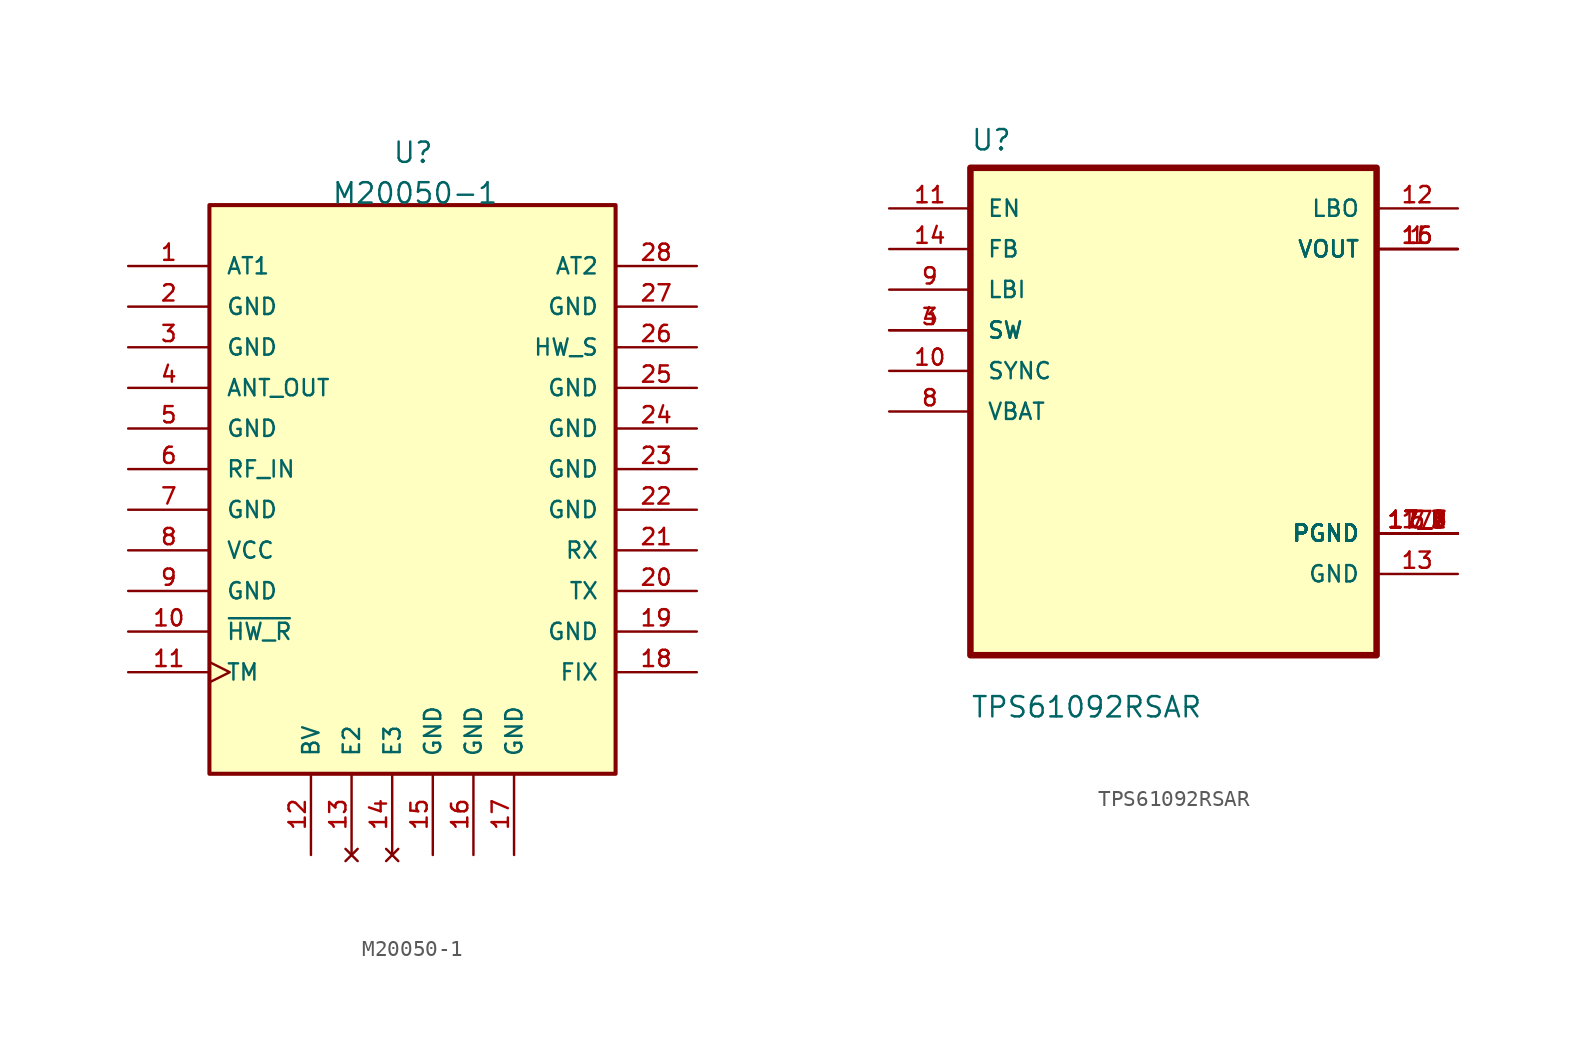
<source format=kicad_sym>
(kicad_symbol_lib
  (version 20211014)
  (generator kicad_symbol_editor)
  (symbol "M20050-1"
    (pin_names
      (offset 1.016))
    (property "Reference" "U"
      (at -1.27 21.59 0)
      (effects (font (size 1.27 1.27)) (justify left bottom)))
    (property "Value" "M20050-1"
      (at -5.08 19.05 0)
      (effects (font (size 1.27 1.27)) (justify left bottom)))
    (property "ki_locked" ""
      (at 0 0 0)
      (effects (font (size 1.27 1.27))))
    (symbol "M20050-1_0_0"
      (rectangle (start 12.7 19.05) (end -12.7 -16.51) (stroke (width 0.254) (type default) (color 0 0 0 0)) (fill (type background)))
      (pin passive line (at -17.78 15.24 0) (length 5.08) (name "AT1" (effects (font (size 1.016 1.016)))) (number "1" (effects (font (size 1.016 1.016)))))
      (pin input line (at -17.78 -7.62 0) (length 5.08) (name "~{HW_R}" (effects (font (size 1.016 1.016)))) (number "10" (effects (font (size 1.016 1.016)))))
      (pin output clock (at -17.78 -10.16 0) (length 5.08) (name "TM" (effects (font (size 1.016 1.016)))) (number "11" (effects (font (size 1.016 1.016)))))
      (pin power_in line (at -6.35 -21.59 90) (length 5.08) (name "BV" (effects (font (size 1.016 1.016)))) (number "12" (effects (font (size 1.016 1.016)))))
      (pin no_connect line (at -3.81 -21.59 90) (length 5.08) (name "E2" (effects (font (size 1.016 1.016)))) (number "13" (effects (font (size 1.016 1.016)))))
      (pin no_connect line (at -1.27 -21.59 90) (length 5.08) (name "E3" (effects (font (size 1.016 1.016)))) (number "14" (effects (font (size 1.016 1.016)))))
      (pin power_in line (at 1.27 -21.59 90) (length 5.08) (name "GND" (effects (font (size 1.016 1.016)))) (number "15" (effects (font (size 1.016 1.016)))))
      (pin power_in line (at 3.81 -21.59 90) (length 5.08) (name "GND" (effects (font (size 1.016 1.016)))) (number "16" (effects (font (size 1.016 1.016)))))
      (pin power_in line (at 6.35 -21.59 90) (length 5.08) (name "GND" (effects (font (size 1.016 1.016)))) (number "17" (effects (font (size 1.016 1.016)))))
      (pin output line (at 17.78 -10.16 180) (length 5.08) (name "FIX" (effects (font (size 1.016 1.016)))) (number "18" (effects (font (size 1.016 1.016)))))
      (pin power_in line (at 17.78 -7.62 180) (length 5.08) (name "GND" (effects (font (size 1.016 1.016)))) (number "19" (effects (font (size 1.016 1.016)))))
      (pin power_in line (at -17.78 12.7 0) (length 5.08) (name "GND" (effects (font (size 1.016 1.016)))) (number "2" (effects (font (size 1.016 1.016)))))
      (pin output line (at 17.78 -5.08 180) (length 5.08) (name "TX" (effects (font (size 1.016 1.016)))) (number "20" (effects (font (size 1.016 1.016)))))
      (pin input line (at 17.78 -2.54 180) (length 5.08) (name "RX" (effects (font (size 1.016 1.016)))) (number "21" (effects (font (size 1.016 1.016)))))
      (pin power_in line (at 17.78 0 180) (length 5.08) (name "GND" (effects (font (size 1.016 1.016)))) (number "22" (effects (font (size 1.016 1.016)))))
      (pin power_in line (at 17.78 2.54 180) (length 5.08) (name "GND" (effects (font (size 1.016 1.016)))) (number "23" (effects (font (size 1.016 1.016)))))
      (pin power_in line (at 17.78 5.08 180) (length 5.08) (name "GND" (effects (font (size 1.016 1.016)))) (number "24" (effects (font (size 1.016 1.016)))))
      (pin power_in line (at 17.78 7.62 180) (length 5.08) (name "GND" (effects (font (size 1.016 1.016)))) (number "25" (effects (font (size 1.016 1.016)))))
      (pin input line (at 17.78 10.16 180) (length 5.08) (name "HW_S" (effects (font (size 1.016 1.016)))) (number "26" (effects (font (size 1.016 1.016)))))
      (pin power_in line (at 17.78 12.7 180) (length 5.08) (name "GND" (effects (font (size 1.016 1.016)))) (number "27" (effects (font (size 1.016 1.016)))))
      (pin passive line (at 17.78 15.24 180) (length 5.08) (name "AT2" (effects (font (size 1.016 1.016)))) (number "28" (effects (font (size 1.016 1.016)))))
      (pin power_in line (at -17.78 10.16 0) (length 5.08) (name "GND" (effects (font (size 1.016 1.016)))) (number "3" (effects (font (size 1.016 1.016)))))
      (pin output line (at -17.78 7.62 0) (length 5.08) (name "ANT_OUT" (effects (font (size 1.016 1.016)))) (number "4" (effects (font (size 1.016 1.016)))))
      (pin power_in line (at -17.78 5.08 0) (length 5.08) (name "GND" (effects (font (size 1.016 1.016)))) (number "5" (effects (font (size 1.016 1.016)))))
      (pin input line (at -17.78 2.54 0) (length 5.08) (name "RF_IN" (effects (font (size 1.016 1.016)))) (number "6" (effects (font (size 1.016 1.016)))))
      (pin power_in line (at -17.78 0 0) (length 5.08) (name "GND" (effects (font (size 1.016 1.016)))) (number "7" (effects (font (size 1.016 1.016)))))
      (pin power_in line (at -17.78 -2.54 0) (length 5.08) (name "VCC" (effects (font (size 1.016 1.016)))) (number "8" (effects (font (size 1.016 1.016)))))
      (pin power_in line (at -17.78 -5.08 0) (length 5.08) (name "GND" (effects (font (size 1.016 1.016)))) (number "9" (effects (font (size 1.016 1.016)))))))
  (symbol "TPS61092RSAR"
    (pin_names
      (offset 1.016))
    (property "Reference" "U"
      (at -12.7 16.231 0)
      (effects (font (size 1.27 1.27)) (justify left bottom)))
    (property "Value" "TPS61092RSAR"
      (at -12.7 -19.228 0)
      (effects (font (size 1.27 1.27)) (justify left bottom)))
    (property "ki_locked" ""
      (at 0 0 0)
      (effects (font (size 1.27 1.27))))
    (symbol "TPS61092RSAR_0_0"
      (rectangle (start -12.7 -15.24) (end 12.7 15.24) (stroke (width 0.406) (type default) (color 0 0 0 0)) (fill (type background)))
      (pin output line (at 17.78 10.16 180) (length 5.08) (name "VOUT" (effects (font (size 1.016 1.016)))) (number "1" (effects (font (size 1.016 1.016)))))
      (pin input line (at -17.78 2.54 0) (length 5.08) (name "SYNC" (effects (font (size 1.016 1.016)))) (number "10" (effects (font (size 1.016 1.016)))))
      (pin input line (at -17.78 12.7 0) (length 5.08) (name "EN" (effects (font (size 1.016 1.016)))) (number "11" (effects (font (size 1.016 1.016)))))
      (pin output line (at 17.78 12.7 180) (length 5.08) (name "LBO" (effects (font (size 1.016 1.016)))) (number "12" (effects (font (size 1.016 1.016)))))
      (pin power_in line (at 17.78 -10.16 180) (length 5.08) (name "GND" (effects (font (size 1.016 1.016)))) (number "13" (effects (font (size 1.016 1.016)))))
      (pin input line (at -17.78 10.16 0) (length 5.08) (name "FB" (effects (font (size 1.016 1.016)))) (number "14" (effects (font (size 1.016 1.016)))))
      (pin output line (at 17.78 10.16 180) (length 5.08) (name "VOUT" (effects (font (size 1.016 1.016)))) (number "15" (effects (font (size 1.016 1.016)))))
      (pin output line (at 17.78 10.16 180) (length 5.08) (name "VOUT" (effects (font (size 1.016 1.016)))) (number "16" (effects (font (size 1.016 1.016)))))
      (pin power_in line (at 17.78 -7.62 180) (length 5.08) (name "PGND" (effects (font (size 1.016 1.016)))) (number "17" (effects (font (size 1.016 1.016)))))
      (pin power_in line (at 17.78 -7.62 180) (length 5.08) (name "PGND" (effects (font (size 1.016 1.016)))) (number "17_1" (effects (font (size 1.016 1.016)))))
      (pin power_in line (at 17.78 -7.62 180) (length 5.08) (name "PGND" (effects (font (size 1.016 1.016)))) (number "17_2" (effects (font (size 1.016 1.016)))))
      (pin power_in line (at 17.78 -7.62 180) (length 5.08) (name "PGND" (effects (font (size 1.016 1.016)))) (number "17_3" (effects (font (size 1.016 1.016)))))
      (pin power_in line (at 17.78 -7.62 180) (length 5.08) (name "PGND" (effects (font (size 1.016 1.016)))) (number "17_4" (effects (font (size 1.016 1.016)))))
      (pin power_in line (at 17.78 -7.62 180) (length 5.08) (name "PGND" (effects (font (size 1.016 1.016)))) (number "17_5" (effects (font (size 1.016 1.016)))))
      (pin power_in line (at 17.78 -7.62 180) (length 5.08) (name "PGND" (effects (font (size 1.016 1.016)))) (number "17_6" (effects (font (size 1.016 1.016)))))
      (pin power_in line (at 17.78 -7.62 180) (length 5.08) (name "PGND" (effects (font (size 1.016 1.016)))) (number "17_7" (effects (font (size 1.016 1.016)))))
      (pin power_in line (at 17.78 -7.62 180) (length 5.08) (name "PGND" (effects (font (size 1.016 1.016)))) (number "17_8" (effects (font (size 1.016 1.016)))))
      (pin power_in line (at 17.78 -7.62 180) (length 5.08) (name "PGND" (effects (font (size 1.016 1.016)))) (number "17_9" (effects (font (size 1.016 1.016)))))
      (pin input line (at -17.78 5.08 0) (length 5.08) (name "SW" (effects (font (size 1.016 1.016)))) (number "3" (effects (font (size 1.016 1.016)))))
      (pin input line (at -17.78 5.08 0) (length 5.08) (name "SW" (effects (font (size 1.016 1.016)))) (number "4" (effects (font (size 1.016 1.016)))))
      (pin power_in line (at 17.78 -7.62 180) (length 5.08) (name "PGND" (effects (font (size 1.016 1.016)))) (number "5" (effects (font (size 1.016 1.016)))))
      (pin power_in line (at 17.78 -7.62 180) (length 5.08) (name "PGND" (effects (font (size 1.016 1.016)))) (number "6" (effects (font (size 1.016 1.016)))))
      (pin power_in line (at 17.78 -7.62 180) (length 5.08) (name "PGND" (effects (font (size 1.016 1.016)))) (number "7" (effects (font (size 1.016 1.016)))))
      (pin input line (at -17.78 0 0) (length 5.08) (name "VBAT" (effects (font (size 1.016 1.016)))) (number "8" (effects (font (size 1.016 1.016)))))
      (pin input line (at -17.78 7.62 0) (length 5.08) (name "LBI" (effects (font (size 1.016 1.016)))) (number "9" (effects (font (size 1.016 1.016))))))))
</source>
